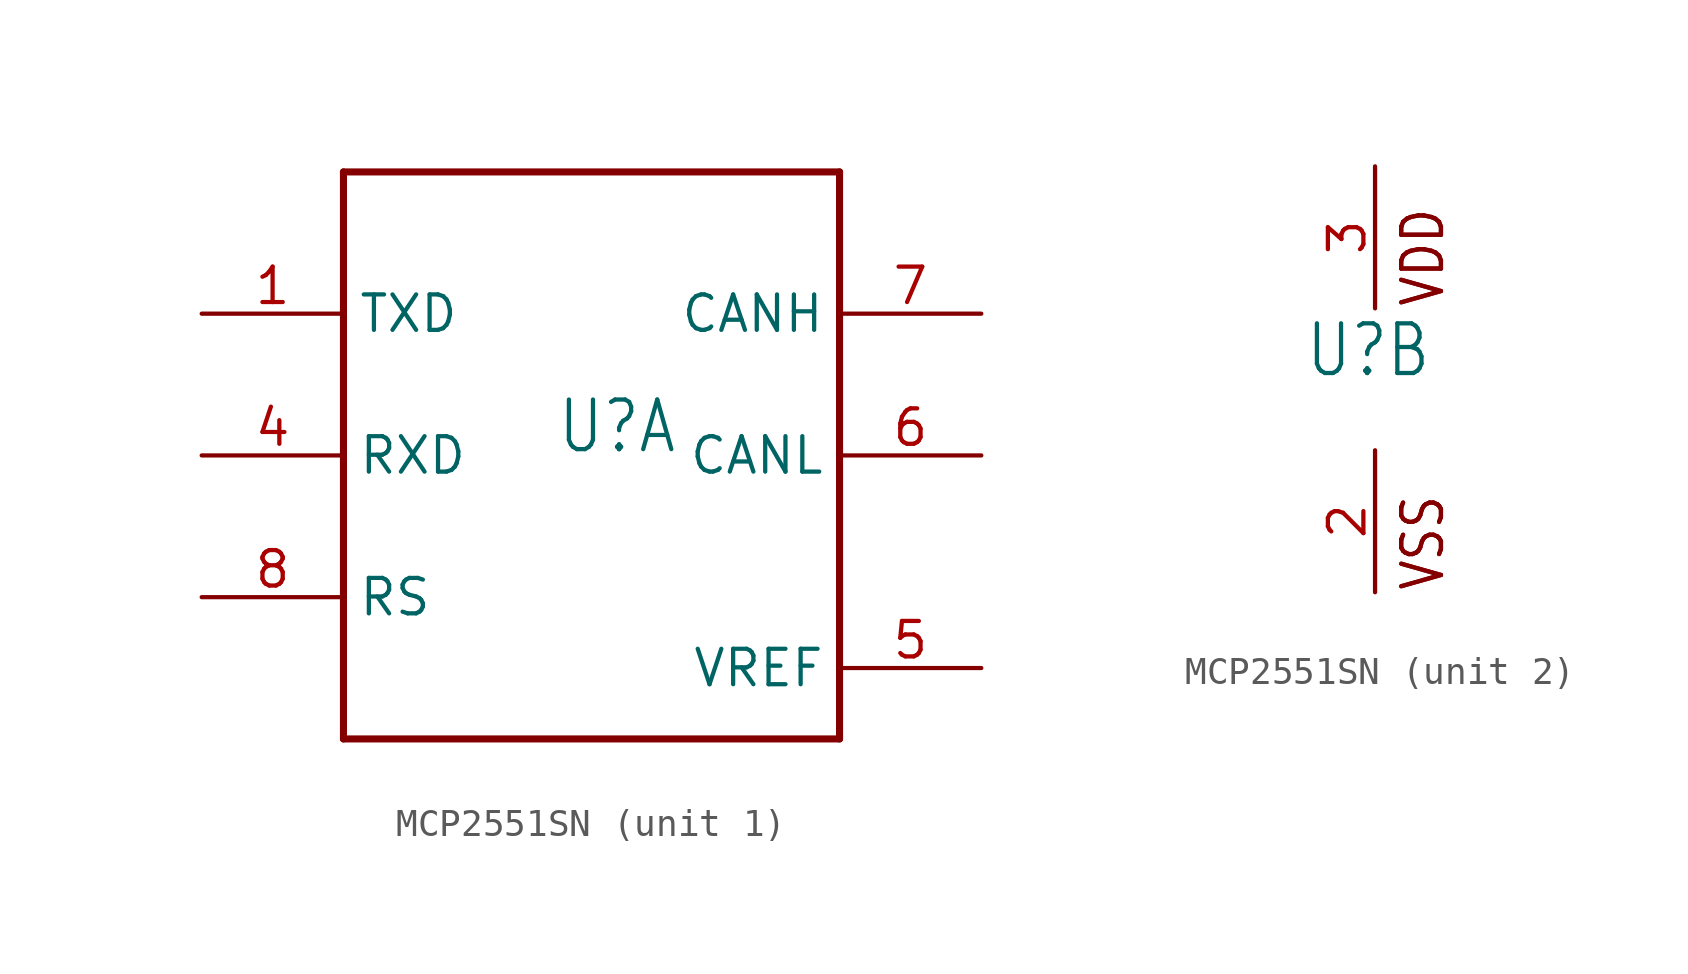
<source format=kicad_sym>
(kicad_symbol_lib
  (version 20211014)
  (generator kicad_symbol_editor)
  (symbol "MCP2551SN"
    (property "Reference" "U"
      (at -2.54 0 0)
      (effects (font (size 1.778 1.511)) (justify left bottom)))
    (property "ki_locked" ""
      (at 0 0 0)
      (effects (font (size 1.27 1.27))))
    (symbol "MCP2551SN_1_0"
      (polyline (pts (xy -10.16 -10.16) (xy 7.62 -10.16)) (stroke (width 0.254) (type default) (color 0 0 0 0)) (fill (type none)))
      (polyline (pts (xy -10.16 10.16) (xy -10.16 -10.16)) (stroke (width 0.254) (type default) (color 0 0 0 0)) (fill (type none)))
      (polyline (pts (xy 7.62 -10.16) (xy 7.62 10.16)) (stroke (width 0.254) (type default) (color 0 0 0 0)) (fill (type none)))
      (polyline (pts (xy 7.62 10.16) (xy -10.16 10.16)) (stroke (width 0.254) (type default) (color 0 0 0 0)) (fill (type none)))
      (pin input line (at -15.24 5.08 0) (length 5.08) (name "TXD" (effects (font (size 1.27 1.27)))) (number "1" (effects (font (size 1.27 1.27)))))
      (pin output line (at -15.24 0 0) (length 5.08) (name "RXD" (effects (font (size 1.27 1.27)))) (number "4" (effects (font (size 1.27 1.27)))))
      (pin power_in line (at 12.7 -7.62 180) (length 5.08) (name "VREF" (effects (font (size 1.27 1.27)))) (number "5" (effects (font (size 1.27 1.27)))))
      (pin bidirectional line (at 12.7 0 180) (length 5.08) (name "CANL" (effects (font (size 1.27 1.27)))) (number "6" (effects (font (size 1.27 1.27)))))
      (pin bidirectional line (at 12.7 5.08 180) (length 5.08) (name "CANH" (effects (font (size 1.27 1.27)))) (number "7" (effects (font (size 1.27 1.27)))))
      (pin input line (at -15.24 -5.08 0) (length 5.08) (name "RS" (effects (font (size 1.27 1.27)))) (number "8" (effects (font (size 1.27 1.27))))))
    (symbol "MCP2551SN_2_0"
      (text "VDD" (at 2.54 2.54 900) (effects (font (size 1.422 1.209)) (justify left bottom)))
      (text "VDD" (at 2.54 2.54 900) (effects (font (size 1.422 1.209)) (justify left bottom)))
      (text "VSS" (at 2.54 -7.62 900) (effects (font (size 1.422 1.209)) (justify left bottom)))
      (text "VSS" (at 2.54 -7.62 900) (effects (font (size 1.422 1.209)) (justify left bottom)))
      (pin power_in line (at 0 -7.62 90) (length 5.08) (name "VSS" (effects (font (size 0 0)))) (number "2" (effects (font (size 1.27 1.27)))))
      (pin power_in line (at 0 7.62 270) (length 5.08) (name "VDD" (effects (font (size 0 0)))) (number "3" (effects (font (size 1.27 1.27))))))))
</source>
